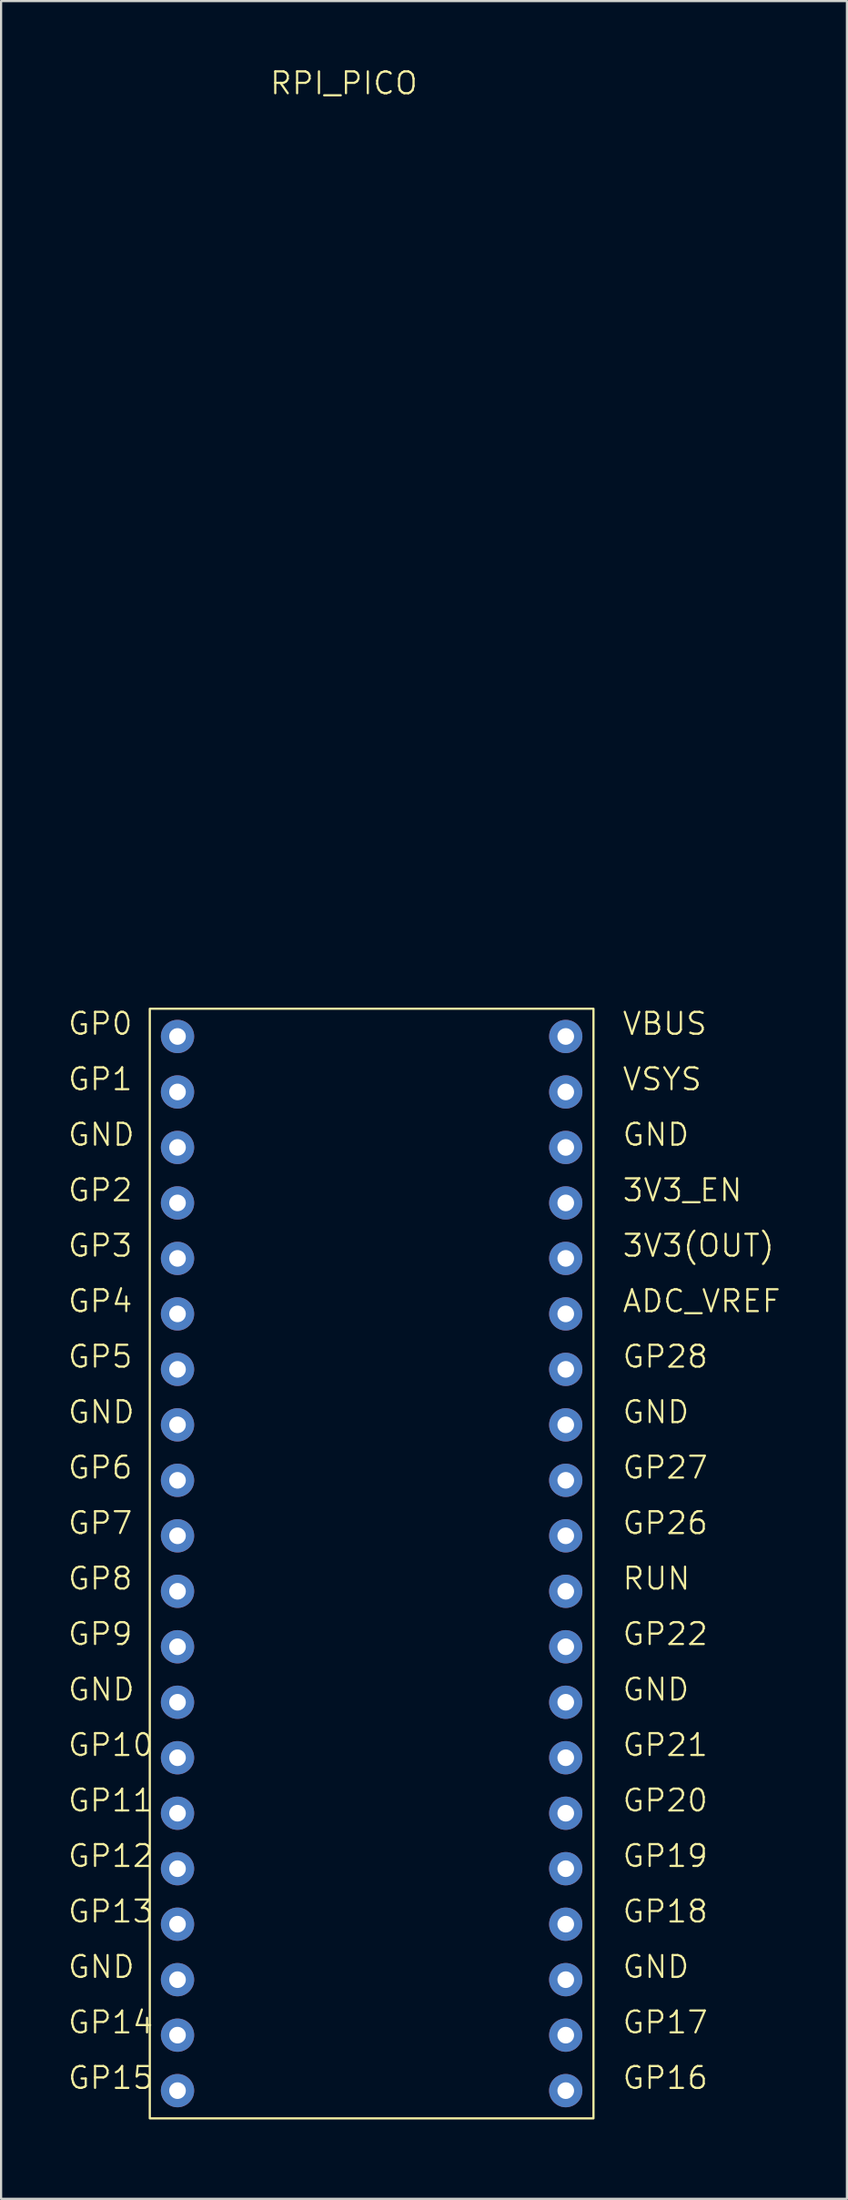
<source format=kicad_pcb>
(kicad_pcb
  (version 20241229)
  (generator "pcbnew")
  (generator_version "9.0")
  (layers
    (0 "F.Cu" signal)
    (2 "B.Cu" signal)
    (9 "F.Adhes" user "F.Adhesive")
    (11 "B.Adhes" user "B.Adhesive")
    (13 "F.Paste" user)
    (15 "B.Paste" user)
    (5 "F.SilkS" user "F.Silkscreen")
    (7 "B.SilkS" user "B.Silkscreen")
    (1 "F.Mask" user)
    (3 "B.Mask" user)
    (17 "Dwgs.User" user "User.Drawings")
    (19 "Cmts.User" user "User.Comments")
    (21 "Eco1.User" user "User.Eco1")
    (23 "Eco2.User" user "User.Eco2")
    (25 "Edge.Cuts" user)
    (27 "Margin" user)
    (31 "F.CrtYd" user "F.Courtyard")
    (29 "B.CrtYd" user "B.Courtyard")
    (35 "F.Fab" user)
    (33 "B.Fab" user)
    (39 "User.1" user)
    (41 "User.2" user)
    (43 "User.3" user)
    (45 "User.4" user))
  (footprint "RPI_PICO"
    (layer "F.Cu")
    (at 12.7 69.8)
    (property "Reference" "RPI_PICO" (at 0 -69.04 0) (unlocked yes) (layer "F.SilkS") (effects (font (size 1 1) (thickness 0.1))))
    (attr through_hole)
    (fp_rect (start -8.89 -26.67) (end 11.43 24.13) (stroke (width 0.1) (type default)) (fill no) (layer "F.SilkS"))
    (fp_rect (start -9.525 -27.305) (end 12.065 24.765) (stroke (width 0.1) (type default)) (fill no) (layer "Margin"))
    (fp_text user "GP3" (at -12.7 -15.24 0) (unlocked yes) (layer "F.SilkS") (effects (font (size 1 1) (thickness 0.1)) (justify left bottom)))
    (fp_text user "VBUS" (at 12.7 -25.4 0) (unlocked yes) (layer "F.SilkS") (effects (font (size 1 1) (thickness 0.1)) (justify left bottom)))
    (fp_text user "GP4" (at -12.7 -12.7 0) (unlocked yes) (layer "F.SilkS") (effects (font (size 1 1) (thickness 0.1)) (justify left bottom)))
    (fp_text user "GP20" (at 12.7 10.16 0) (unlocked yes) (layer "F.SilkS") (effects (font (size 1 1) (thickness 0.1)) (justify left bottom)))
    (fp_text user "GND" (at -12.7 -7.62 0) (unlocked yes) (layer "F.SilkS") (effects (font (size 1 1) (thickness 0.1)) (justify left bottom)))
    (fp_text user "3V3(OUT)" (at 12.7 -15.24 0) (unlocked yes) (layer "F.SilkS") (effects (font (size 1 1) (thickness 0.1)) (justify left bottom)))
    (fp_text user "GP11" (at -12.7 10.16 0) (unlocked yes) (layer "F.SilkS") (effects (font (size 1 1) (thickness 0.1)) (justify left bottom)))
    (fp_text user "GND" (at 12.7 17.78 0) (unlocked yes) (layer "F.SilkS") (effects (font (size 1 1) (thickness 0.1)) (justify left bottom)))
    (fp_text user "GP1" (at -12.7 -22.86 0) (unlocked yes) (layer "F.SilkS") (effects (font (size 1 1) (thickness 0.1)) (justify left bottom)))
    (fp_text user "GND" (at -12.7 5.08 0) (unlocked yes) (layer "F.SilkS") (effects (font (size 1 1) (thickness 0.1)) (justify left bottom)))
    (fp_text user "GP6" (at -12.7 -5.08 0) (unlocked yes) (layer "F.SilkS") (effects (font (size 1 1) (thickness 0.1)) (justify left bottom)))
    (fp_text user "GP21" (at 12.7 7.62 0) (unlocked yes) (layer "F.SilkS") (effects (font (size 1 1) (thickness 0.1)) (justify left bottom)))
    (fp_text user "GP15" (at -12.7 22.86 0) (unlocked yes) (layer "F.SilkS") (effects (font (size 1 1) (thickness 0.1)) (justify left bottom)))
    (fp_text user "3V3_EN" (at 12.7 -17.78 0) (unlocked yes) (layer "F.SilkS") (effects (font (size 1 1) (thickness 0.1)) (justify left bottom)))
    (fp_text user "GP13" (at -12.7 15.24 0) (unlocked yes) (layer "F.SilkS") (effects (font (size 1 1) (thickness 0.1)) (justify left bottom)))
    (fp_text user "GP16" (at 12.7 22.86 0) (unlocked yes) (layer "F.SilkS") (effects (font (size 1 1) (thickness 0.1)) (justify left bottom)))
    (fp_text user "GP2" (at -12.7 -17.78 0) (unlocked yes) (layer "F.SilkS") (effects (font (size 1 1) (thickness 0.1)) (justify left bottom)))
    (fp_text user "GND" (at 12.7 5.08 0) (unlocked yes) (layer "F.SilkS") (effects (font (size 1 1) (thickness 0.1)) (justify left bottom)))
    (fp_text user "GP22" (at 12.7 2.54 0) (unlocked yes) (layer "F.SilkS") (effects (font (size 1 1) (thickness 0.1)) (justify left bottom)))
    (fp_text user "RUN" (at 12.7 0 0) (unlocked yes) (layer "F.SilkS") (effects (font (size 1 1) (thickness 0.1)) (justify left bottom)))
    (fp_text user "GND" (at -12.7 17.78 0) (unlocked yes) (layer "F.SilkS") (effects (font (size 1 1) (thickness 0.1)) (justify left bottom)))
    (fp_text user "GP28" (at 12.7 -10.16 0) (unlocked yes) (layer "F.SilkS") (effects (font (size 1 1) (thickness 0.1)) (justify left bottom)))
    (fp_text user "GP9" (at -12.7 2.54 0) (unlocked yes) (layer "F.SilkS") (effects (font (size 1 1) (thickness 0.1)) (justify left bottom)))
    (fp_text user "GND" (at -12.7 -20.32 0) (unlocked yes) (layer "F.SilkS") (effects (font (size 1 1) (thickness 0.1)) (justify left bottom)))
    (fp_text user "GP8" (at -12.7 0 0) (unlocked yes) (layer "F.SilkS") (effects (font (size 1 1) (thickness 0.1)) (justify left bottom)))
    (fp_text user "GP5" (at -12.7 -10.16 0) (unlocked yes) (layer "F.SilkS") (effects (font (size 1 1) (thickness 0.1)) (justify left bottom)))
    (fp_text user "VSYS" (at 12.7 -22.86 0) (unlocked yes) (layer "F.SilkS") (effects (font (size 1 1) (thickness 0.1)) (justify left bottom)))
    (fp_text user "GP10" (at -12.7 7.62 0) (unlocked yes) (layer "F.SilkS") (effects (font (size 1 1) (thickness 0.1)) (justify left bottom)))
    (fp_text user "GP12" (at -12.7 12.7 0) (unlocked yes) (layer "F.SilkS") (effects (font (size 1 1) (thickness 0.1)) (justify left bottom)))
    (fp_text user "GND" (at 12.7 -7.62 0) (unlocked yes) (layer "F.SilkS") (effects (font (size 1 1) (thickness 0.1)) (justify left bottom)))
    (fp_text user "GP14" (at -12.7 20.32 0) (unlocked yes) (layer "F.SilkS") (effects (font (size 1 1) (thickness 0.1)) (justify left bottom)))
    (fp_text user "GP17" (at 12.7 20.32 0) (unlocked yes) (layer "F.SilkS") (effects (font (size 1 1) (thickness 0.1)) (justify left bottom)))
    (fp_text user "GP18" (at 12.7 15.24 0) (unlocked yes) (layer "F.SilkS") (effects (font (size 1 1) (thickness 0.1)) (justify left bottom)))
    (fp_text user "GP7" (at -12.7 -2.54 0) (unlocked yes) (layer "F.SilkS") (effects (font (size 1 1) (thickness 0.1)) (justify left bottom)))
    (fp_text user "GP0" (at -12.7 -25.4 0) (unlocked yes) (layer "F.SilkS") (effects (font (size 1 1) (thickness 0.1)) (justify left bottom)))
    (fp_text user "ADC_VREF" (at 12.7 -12.7 0) (unlocked yes) (layer "F.SilkS") (effects (font (size 1 1) (thickness 0.1)) (justify left bottom)))
    (fp_text user "GP19" (at 12.7 12.7 0) (unlocked yes) (layer "F.SilkS") (effects (font (size 1 1) (thickness 0.1)) (justify left bottom)))
    (fp_text user "GP27" (at 12.7 -5.08 0) (unlocked yes) (layer "F.SilkS") (effects (font (size 1 1) (thickness 0.1)) (justify left bottom)))
    (fp_text user "GND" (at 12.7 -20.32 0) (unlocked yes) (layer "F.SilkS") (effects (font (size 1 1) (thickness 0.1)) (justify left bottom)))
    (fp_text user "GP26" (at 12.7 -2.54 0) (unlocked yes) (layer "F.SilkS") (effects (font (size 1 1) (thickness 0.1)) (justify left bottom)))
    (pad "1" thru_hole circle (at -7.62 -25.4) (size 1.524 1.524) (drill 0.762) (layers "*.Cu" "*.Mask"))
    (pad "2" thru_hole circle (at -7.62 -22.86) (size 1.524 1.524) (drill 0.762) (layers "*.Cu" "*.Mask"))
    (pad "3" thru_hole circle (at -7.62 -20.32) (size 1.524 1.524) (drill 0.762) (layers "*.Cu" "*.Mask"))
    (pad "4" thru_hole circle (at -7.62 -17.78) (size 1.524 1.524) (drill 0.762) (layers "*.Cu" "*.Mask"))
    (pad "5" thru_hole circle (at -7.62 -15.24) (size 1.524 1.524) (drill 0.762) (layers "*.Cu" "*.Mask"))
    (pad "6" thru_hole circle (at -7.62 -12.7) (size 1.524 1.524) (drill 0.762) (layers "*.Cu" "*.Mask"))
    (pad "7" thru_hole circle (at -7.62 -10.16) (size 1.524 1.524) (drill 0.762) (layers "*.Cu" "*.Mask"))
    (pad "8" thru_hole circle (at -7.62 -7.62) (size 1.524 1.524) (drill 0.762) (layers "*.Cu" "*.Mask"))
    (pad "9" thru_hole circle (at -7.62 -5.08) (size 1.524 1.524) (drill 0.762) (layers "*.Cu" "*.Mask"))
    (pad "10" thru_hole circle (at -7.62 -2.54) (size 1.524 1.524) (drill 0.762) (layers "*.Cu" "*.Mask"))
    (pad "11" thru_hole circle (at -7.62 0) (size 1.524 1.524) (drill 0.762) (layers "*.Cu" "*.Mask"))
    (pad "12" thru_hole circle (at -7.62 2.54) (size 1.524 1.524) (drill 0.762) (layers "*.Cu" "*.Mask"))
    (pad "13" thru_hole circle (at -7.62 5.08) (size 1.524 1.524) (drill 0.762) (layers "*.Cu" "*.Mask"))
    (pad "14" thru_hole circle (at -7.62 7.62) (size 1.524 1.524) (drill 0.762) (layers "*.Cu" "*.Mask"))
    (pad "15" thru_hole circle (at -7.62 10.16) (size 1.524 1.524) (drill 0.762) (layers "*.Cu" "*.Mask"))
    (pad "16" thru_hole circle (at -7.62 12.7) (size 1.524 1.524) (drill 0.762) (layers "*.Cu" "*.Mask"))
    (pad "17" thru_hole circle (at -7.62 15.24) (size 1.524 1.524) (drill 0.762) (layers "*.Cu" "*.Mask"))
    (pad "18" thru_hole circle (at -7.62 17.78) (size 1.524 1.524) (drill 0.762) (layers "*.Cu" "*.Mask"))
    (pad "19" thru_hole circle (at -7.62 20.32) (size 1.524 1.524) (drill 0.762) (layers "*.Cu" "*.Mask"))
    (pad "20" thru_hole circle (at -7.62 22.86) (size 1.524 1.524) (drill 0.762) (layers "*.Cu" "*.Mask"))
    (pad "21" thru_hole circle (at 10.16 22.86) (size 1.524 1.524) (drill 0.762) (layers "*.Cu" "*.Mask"))
    (pad "22" thru_hole circle (at 10.16 20.32) (size 1.524 1.524) (drill 0.762) (layers "*.Cu" "*.Mask"))
    (pad "23" thru_hole circle (at 10.16 17.78) (size 1.524 1.524) (drill 0.762) (layers "*.Cu" "*.Mask"))
    (pad "24" thru_hole circle (at 10.16 15.24) (size 1.524 1.524) (drill 0.762) (layers "*.Cu" "*.Mask"))
    (pad "25" thru_hole circle (at 10.16 12.7) (size 1.524 1.524) (drill 0.762) (layers "*.Cu" "*.Mask"))
    (pad "26" thru_hole circle (at 10.16 10.16) (size 1.524 1.524) (drill 0.762) (layers "*.Cu" "*.Mask"))
    (pad "27" thru_hole circle (at 10.16 7.62) (size 1.524 1.524) (drill 0.762) (layers "*.Cu" "*.Mask"))
    (pad "28" thru_hole circle (at 10.16 5.08) (size 1.524 1.524) (drill 0.762) (layers "*.Cu" "*.Mask"))
    (pad "29" thru_hole circle (at 10.16 2.54) (size 1.524 1.524) (drill 0.762) (layers "*.Cu" "*.Mask"))
    (pad "30" thru_hole circle (at 10.16 0) (size 1.524 1.524) (drill 0.762) (layers "*.Cu" "*.Mask"))
    (pad "31" thru_hole circle (at 10.16 -2.54) (size 1.524 1.524) (drill 0.762) (layers "*.Cu" "*.Mask"))
    (pad "32" thru_hole circle (at 10.16 -5.08) (size 1.524 1.524) (drill 0.762) (layers "*.Cu" "*.Mask"))
    (pad "33" thru_hole circle (at 10.16 -7.62) (size 1.524 1.524) (drill 0.762) (layers "*.Cu" "*.Mask"))
    (pad "34" thru_hole circle (at 10.16 -10.16) (size 1.524 1.524) (drill 0.762) (layers "*.Cu" "*.Mask"))
    (pad "35" thru_hole circle (at 10.16 -12.7) (size 1.524 1.524) (drill 0.762) (layers "*.Cu" "*.Mask"))
    (pad "36" thru_hole circle (at 10.16 -15.24) (size 1.524 1.524) (drill 0.762) (layers "*.Cu" "*.Mask"))
    (pad "37" thru_hole circle (at 10.16 -17.78) (size 1.524 1.524) (drill 0.762) (layers "*.Cu" "*.Mask"))
    (pad "38" thru_hole circle (at 10.16 -20.32) (size 1.524 1.524) (drill 0.762) (layers "*.Cu" "*.Mask"))
    (pad "39" thru_hole circle (at 10.16 -22.86) (size 1.524 1.524) (drill 0.762) (layers "*.Cu" "*.Mask"))
    (pad "40" thru_hole circle (at 10.16 -25.4) (size 1.524 1.524) (drill 0.762) (layers "*.Cu" "*.Mask")))
  (gr_rect
    (start -3 -3)
    (end 35.738 97.615)
    (stroke (width 0.1) (type default))
    (fill no)
    (layer "Edge.Cuts")))
</source>
